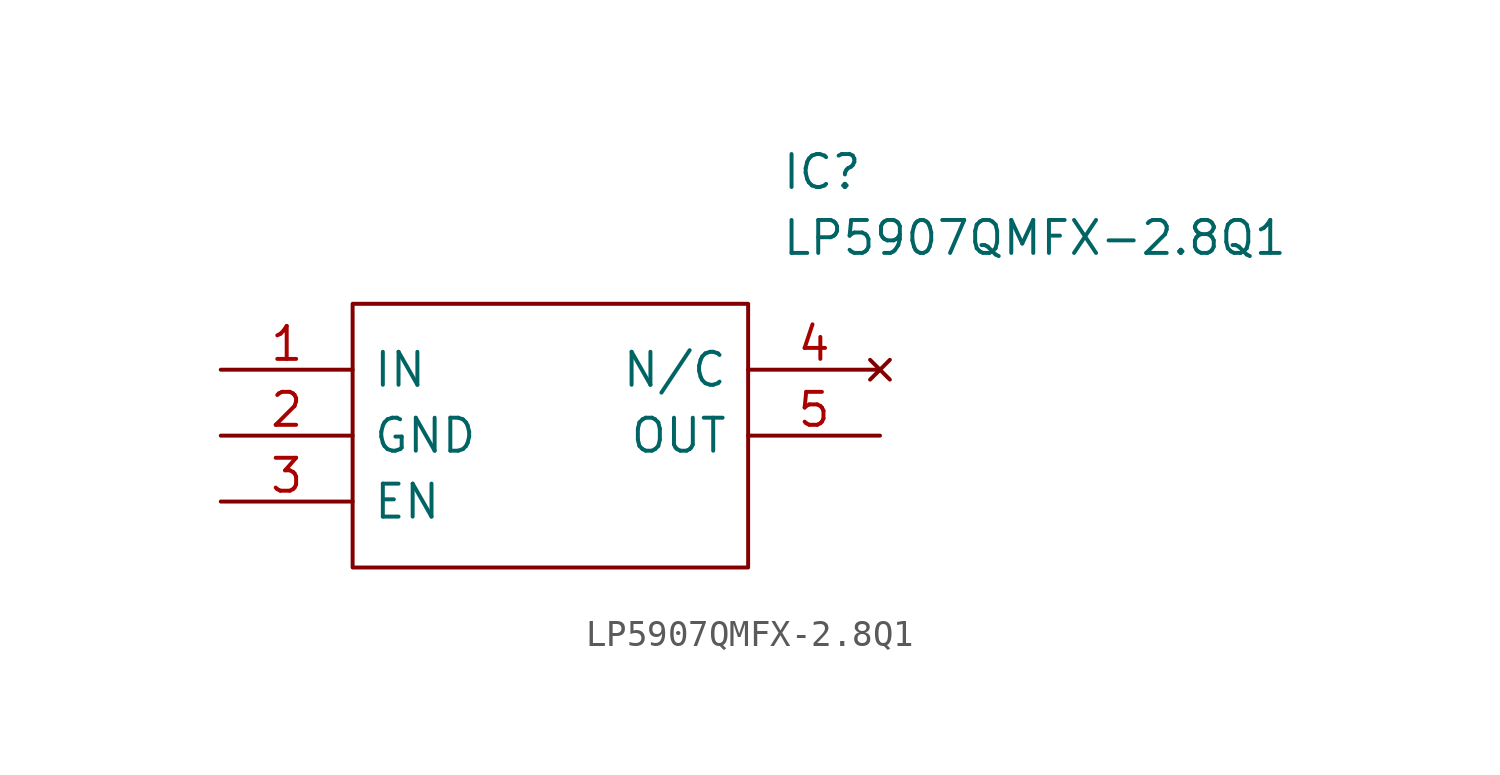
<source format=kicad_sym>
(kicad_symbol_lib
  (version 20211014)
  (generator kicad_symbol_editor)
  (symbol "LP5907QMFX-2.8Q1"
    (pin_names
      (offset 0.762))
    (property "Reference" "IC"
      (at 21.59 7.62 0)
      (effects (font (size 1.27 1.27)) (justify left)))
    (property "Value" "LP5907QMFX-2.8Q1"
      (at 21.59 5.08 0)
      (effects (font (size 1.27 1.27)) (justify left)))
    (symbol "LP5907QMFX-2.8Q1_0_0"
      (pin passive line (at 0 0 0) (length 5.08) (name "IN" (effects (font (size 1.27 1.27)))) (number "1" (effects (font (size 1.27 1.27)))))
      (pin passive line (at 0 -2.54 0) (length 5.08) (name "GND" (effects (font (size 1.27 1.27)))) (number "2" (effects (font (size 1.27 1.27)))))
      (pin passive line (at 0 -5.08 0) (length 5.08) (name "EN" (effects (font (size 1.27 1.27)))) (number "3" (effects (font (size 1.27 1.27)))))
      (pin no_connect line (at 25.4 0 180) (length 5.08) (name "N/C" (effects (font (size 1.27 1.27)))) (number "4" (effects (font (size 1.27 1.27)))))
      (pin passive line (at 25.4 -2.54 180) (length 5.08) (name "OUT" (effects (font (size 1.27 1.27)))) (number "5" (effects (font (size 1.27 1.27))))))
    (symbol "LP5907QMFX-2.8Q1_0_1"
      (polyline (pts (xy 5.08 2.54) (xy 20.32 2.54) (xy 20.32 -7.62) (xy 5.08 -7.62) (xy 5.08 2.54)) (stroke (width 0.152) (type default) (color 0 0 0 0)) (fill (type none))))))
</source>
